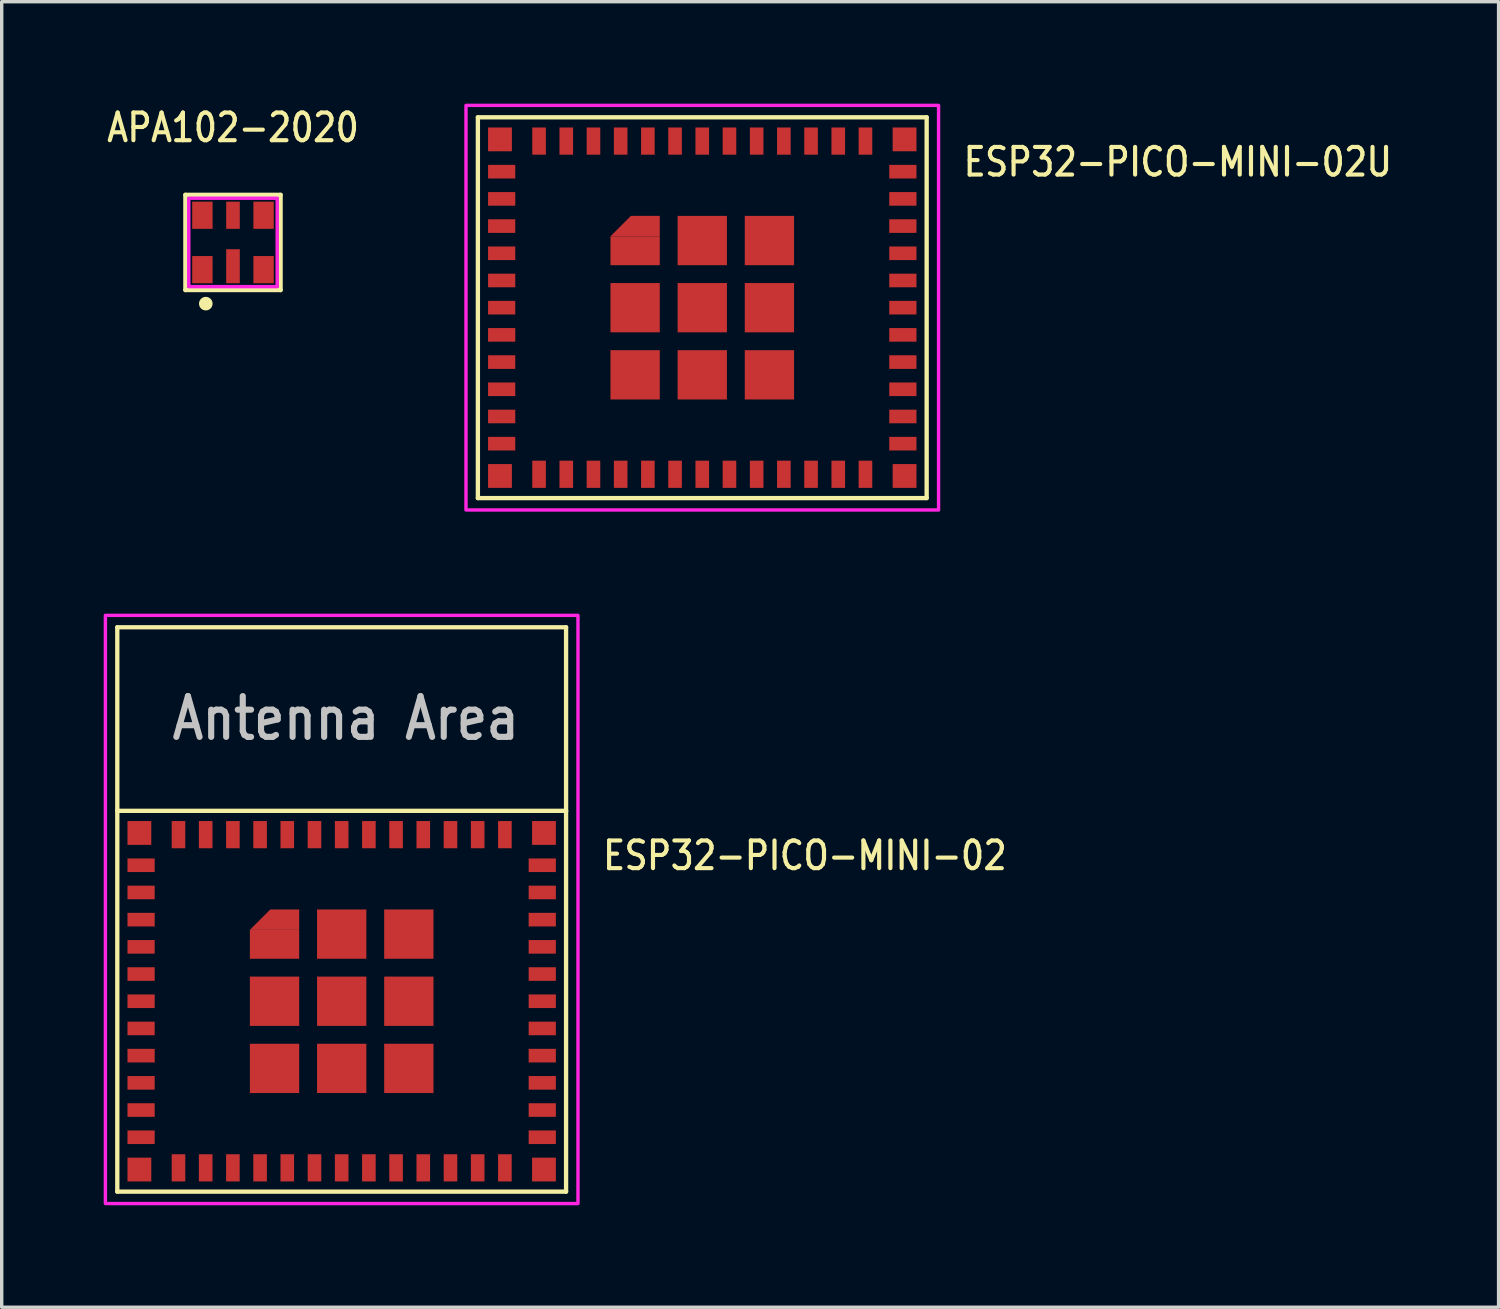
<source format=kicad_pcb>
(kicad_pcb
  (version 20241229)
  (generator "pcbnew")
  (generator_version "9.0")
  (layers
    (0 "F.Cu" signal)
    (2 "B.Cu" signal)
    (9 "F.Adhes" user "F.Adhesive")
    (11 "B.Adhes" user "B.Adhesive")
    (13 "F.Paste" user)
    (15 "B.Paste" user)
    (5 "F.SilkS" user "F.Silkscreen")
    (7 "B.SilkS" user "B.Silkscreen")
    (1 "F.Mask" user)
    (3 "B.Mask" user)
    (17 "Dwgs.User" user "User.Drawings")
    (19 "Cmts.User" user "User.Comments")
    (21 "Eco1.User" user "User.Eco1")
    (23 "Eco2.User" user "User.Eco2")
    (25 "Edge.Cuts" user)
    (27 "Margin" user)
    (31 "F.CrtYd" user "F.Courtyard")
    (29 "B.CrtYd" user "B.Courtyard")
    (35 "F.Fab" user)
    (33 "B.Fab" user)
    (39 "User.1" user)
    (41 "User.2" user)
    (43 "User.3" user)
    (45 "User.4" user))
  (footprint "ESP32-PICO-MINI-02U"
    (layer "F.Cu")
    (at 17.606 6)
    (property "Reference" "ESP32-PICO-MINI-02U" (at 7.62 -3.81 0) (unlocked yes) (layer "F.SilkS") (effects (font (size 0.813 0.695) (thickness 0.122)) (justify left bottom)))
    (fp_poly (pts (xy -2.7 -2.1) (xy -1.25 -2.1) (xy -1.25 -2.7) (xy -2.1 -2.7)) (stroke (width 0) (type solid)) (fill yes) (layer "F.Cu"))
    (fp_poly (pts (xy -2.8 -2.2) (xy -1.15 -2.2) (xy -1.15 -2.8) (xy -2.2 -2.8)) (stroke (width 0) (type solid)) (fill yes) (layer "F.Mask"))
    (fp_line (start -6.6 -5.6) (end -6.6 5.6) (stroke (width 0.127) (type solid)) (layer "F.SilkS"))
    (fp_line (start -6.6 -5.6) (end 6.6 -5.6) (stroke (width 0.127) (type solid)) (layer "F.SilkS"))
    (fp_line (start -6.6 5.6) (end 6.6 5.6) (stroke (width 0.127) (type solid)) (layer "F.SilkS"))
    (fp_line (start 6.6 5.6) (end 6.6 -5.6) (stroke (width 0.127) (type solid)) (layer "F.SilkS"))
    (fp_poly (pts (xy -2.7 -2.1) (xy -1.25 -2.1) (xy -1.25 -2.7) (xy -2.1 -2.7)) (stroke (width 0) (type solid)) (fill yes) (layer "F.Paste"))
    (fp_poly (pts (xy -6.95 -5.95) (xy -6.95 5.95) (xy 6.95 5.95) (xy 6.95 -5.95)) (stroke (width 0.1) (type solid)) (fill no) (layer "F.CrtYd"))
    (pad "1" smd rect (at -5.9 -4) (size 0.8 0.4) (layers "F.Cu" "F.Mask" "F.Paste"))
    (pad "2" smd rect (at -5.9 -3.2) (size 0.8 0.4) (layers "F.Cu" "F.Mask" "F.Paste"))
    (pad "3" smd rect (at -5.9 -2.4) (size 0.8 0.4) (layers "F.Cu" "F.Mask" "F.Paste"))
    (pad "4" smd rect (at -5.9 -1.6) (size 0.8 0.4) (layers "F.Cu" "F.Mask" "F.Paste"))
    (pad "5" smd rect (at -5.9 -0.8) (size 0.8 0.4) (layers "F.Cu" "F.Mask" "F.Paste"))
    (pad "6" smd rect (at -5.9 0) (size 0.8 0.4) (layers "F.Cu" "F.Mask" "F.Paste"))
    (pad "7" smd rect (at -5.9 0.8) (size 0.8 0.4) (layers "F.Cu" "F.Mask" "F.Paste"))
    (pad "8" smd rect (at -5.9 1.6) (size 0.8 0.4) (layers "F.Cu" "F.Mask" "F.Paste"))
    (pad "9" smd rect (at -5.9 2.4) (size 0.8 0.4) (layers "F.Cu" "F.Mask" "F.Paste"))
    (pad "10" smd rect (at -5.9 3.2) (size 0.8 0.4) (layers "F.Cu" "F.Mask" "F.Paste"))
    (pad "11" smd rect (at -5.9 4) (size 0.8 0.4) (layers "F.Cu" "F.Mask" "F.Paste"))
    (pad "12" smd rect (at -4.8 4.9) (size 0.4 0.8) (layers "F.Cu" "F.Mask" "F.Paste"))
    (pad "13" smd rect (at -4 4.9) (size 0.4 0.8) (layers "F.Cu" "F.Mask" "F.Paste"))
    (pad "14" smd rect (at -3.2 4.9) (size 0.4 0.8) (layers "F.Cu" "F.Mask" "F.Paste"))
    (pad "15" smd rect (at -2.4 4.9) (size 0.4 0.8) (layers "F.Cu" "F.Mask" "F.Paste"))
    (pad "16" smd rect (at -1.6 4.9) (size 0.4 0.8) (layers "F.Cu" "F.Mask" "F.Paste"))
    (pad "17" smd rect (at -0.8 4.9) (size 0.4 0.8) (layers "F.Cu" "F.Mask" "F.Paste"))
    (pad "18" smd rect (at 0 4.9) (size 0.4 0.8) (layers "F.Cu" "F.Mask" "F.Paste"))
    (pad "19" smd rect (at 0.8 4.9) (size 0.4 0.8) (layers "F.Cu" "F.Mask" "F.Paste"))
    (pad "20" smd rect (at 1.6 4.9) (size 0.4 0.8) (layers "F.Cu" "F.Mask" "F.Paste"))
    (pad "21" smd rect (at 2.4 4.9) (size 0.4 0.8) (layers "F.Cu" "F.Mask" "F.Paste"))
    (pad "22" smd rect (at 3.2 4.9) (size 0.4 0.8) (layers "F.Cu" "F.Mask" "F.Paste"))
    (pad "23" smd rect (at 4 4.9) (size 0.4 0.8) (layers "F.Cu" "F.Mask" "F.Paste"))
    (pad "24" smd rect (at 4.8 4.9) (size 0.4 0.8) (layers "F.Cu" "F.Mask" "F.Paste"))
    (pad "25" smd rect (at 5.9 4) (size 0.8 0.4) (layers "F.Cu" "F.Mask" "F.Paste"))
    (pad "26" smd rect (at 5.9 3.2) (size 0.8 0.4) (layers "F.Cu" "F.Mask" "F.Paste"))
    (pad "27" smd rect (at 5.9 2.4) (size 0.8 0.4) (layers "F.Cu" "F.Mask" "F.Paste"))
    (pad "28" smd rect (at 5.9 1.6) (size 0.8 0.4) (layers "F.Cu" "F.Mask" "F.Paste"))
    (pad "29" smd rect (at 5.9 0.8) (size 0.8 0.4) (layers "F.Cu" "F.Mask" "F.Paste"))
    (pad "30" smd rect (at 5.9 0) (size 0.8 0.4) (layers "F.Cu" "F.Mask" "F.Paste"))
    (pad "31" smd rect (at 5.9 -0.8) (size 0.8 0.4) (layers "F.Cu" "F.Mask" "F.Paste"))
    (pad "32" smd rect (at 5.9 -1.6) (size 0.8 0.4) (layers "F.Cu" "F.Mask" "F.Paste"))
    (pad "33" smd rect (at 5.9 -2.4) (size 0.8 0.4) (layers "F.Cu" "F.Mask" "F.Paste"))
    (pad "34" smd rect (at 5.9 -3.2) (size 0.8 0.4) (layers "F.Cu" "F.Mask" "F.Paste"))
    (pad "35" smd rect (at 5.9 -4) (size 0.8 0.4) (layers "F.Cu" "F.Mask" "F.Paste"))
    (pad "36" smd rect (at 4.8 -4.9) (size 0.4 0.8) (layers "F.Cu" "F.Mask" "F.Paste"))
    (pad "37" smd rect (at 4 -4.9) (size 0.4 0.8) (layers "F.Cu" "F.Mask" "F.Paste"))
    (pad "38" smd rect (at 3.2 -4.9) (size 0.4 0.8) (layers "F.Cu" "F.Mask" "F.Paste"))
    (pad "39" smd rect (at 2.4 -4.9) (size 0.4 0.8) (layers "F.Cu" "F.Mask" "F.Paste"))
    (pad "40" smd rect (at 1.6 -4.9) (size 0.4 0.8) (layers "F.Cu" "F.Mask" "F.Paste"))
    (pad "41" smd rect (at 0.8 -4.9) (size 0.4 0.8) (layers "F.Cu" "F.Mask" "F.Paste"))
    (pad "42" smd rect (at 0 -4.9) (size 0.4 0.8) (layers "F.Cu" "F.Mask" "F.Paste"))
    (pad "43" smd rect (at -0.8 -4.9) (size 0.4 0.8) (layers "F.Cu" "F.Mask" "F.Paste"))
    (pad "44" smd rect (at -1.6 -4.9) (size 0.4 0.8) (layers "F.Cu" "F.Mask" "F.Paste"))
    (pad "45" smd rect (at -2.4 -4.9) (size 0.4 0.8) (layers "F.Cu" "F.Mask" "F.Paste"))
    (pad "46" smd rect (at -3.2 -4.9) (size 0.4 0.8) (layers "F.Cu" "F.Mask" "F.Paste"))
    (pad "47" smd rect (at -4 -4.9) (size 0.4 0.8) (layers "F.Cu" "F.Mask" "F.Paste"))
    (pad "48" smd rect (at -4.8 -4.9) (size 0.4 0.8) (layers "F.Cu" "F.Mask" "F.Paste"))
    (pad "50" smd rect (at 5.95 -4.95) (size 0.7 0.7) (layers "F.Cu" "F.Mask" "F.Paste"))
    (pad "51" smd rect (at 5.95 4.95) (size 0.7 0.7) (layers "F.Cu" "F.Mask" "F.Paste"))
    (pad "52" smd rect (at -5.95 4.95) (size 0.7 0.7) (layers "F.Cu" "F.Mask" "F.Paste"))
    (pad "53" smd rect (at -5.95 -4.95) (size 0.7 0.7) (layers "F.Cu" "F.Mask" "F.Paste"))
    (pad "P_49_1" smd rect (at -1.975 -1.675) (size 1.45 0.85) (layers "F.Cu" "F.Mask" "F.Paste"))
    (pad "P_49_2" smd rect (at 0 -1.975) (size 1.45 1.45) (layers "F.Cu" "F.Mask" "F.Paste"))
    (pad "P_49_3" smd rect (at 1.975 -1.975) (size 1.45 1.45) (layers "F.Cu" "F.Mask" "F.Paste"))
    (pad "P_49_4" smd rect (at -1.975 0) (size 1.45 1.45) (layers "F.Cu" "F.Mask" "F.Paste"))
    (pad "P_49_5" smd rect (at 0 0) (size 1.45 1.45) (layers "F.Cu" "F.Mask" "F.Paste"))
    (pad "P_49_6" smd rect (at 1.975 0) (size 1.45 1.45) (layers "F.Cu" "F.Mask" "F.Paste"))
    (pad "P_49_7" smd rect (at -1.975 1.975) (size 1.45 1.45) (layers "F.Cu" "F.Mask" "F.Paste"))
    (pad "P_49_8" smd rect (at 0 1.975) (size 1.45 1.45) (layers "F.Cu" "F.Mask" "F.Paste"))
    (pad "P_49_9" smd rect (at 1.975 1.975) (size 1.45 1.45) (layers "F.Cu" "F.Mask" "F.Paste")))
  (footprint "ESP32-PICO-MINI-02"
    (layer "F.Cu")
    (at 7 26.4)
    (property "Reference" "ESP32-PICO-MINI-02" (at 7.62 -3.81 0) (unlocked yes) (layer "F.SilkS") (effects (font (size 0.813 0.695) (thickness 0.122)) (justify left bottom)))
    (fp_poly (pts (xy -2.7 -2.1) (xy -1.25 -2.1) (xy -1.25 -2.7) (xy -2.1 -2.7)) (stroke (width 0) (type solid)) (fill yes) (layer "F.Cu"))
    (fp_poly (pts (xy -6.95 -11.35) (xy -6.95 -5.85) (xy 6.95 -5.85) (xy 6.95 -11.35)) (stroke (width 0) (type solid)) (fill yes) (layer "F.Mask"))
    (fp_poly (pts (xy -6.95 -11.35) (xy -6.95 -5.85) (xy 6.95 -5.85) (xy 6.95 -11.35)) (stroke (width 0) (type solid)) (fill yes) (layer "F.Mask"))
    (fp_poly (pts (xy -2.8 -2.2) (xy -1.15 -2.2) (xy -1.15 -2.8) (xy -2.2 -2.8)) (stroke (width 0) (type solid)) (fill yes) (layer "F.Mask"))
    (fp_poly (pts (xy -6.95 -11.35) (xy -6.95 -5.85) (xy 6.95 -5.85) (xy 6.95 -11.35)) (stroke (width 0) (type solid)) (fill yes) (layer "B.Mask"))
    (fp_line (start -6.6 -11) (end -6.6 -5.6) (stroke (width 0.127) (type solid)) (layer "F.SilkS"))
    (fp_line (start -6.6 -5.6) (end -6.6 5.6) (stroke (width 0.127) (type solid)) (layer "F.SilkS"))
    (fp_line (start -6.6 -5.6) (end 6.6 -5.6) (stroke (width 0.127) (type solid)) (layer "F.SilkS"))
    (fp_line (start -6.6 5.6) (end 6.6 5.6) (stroke (width 0.127) (type solid)) (layer "F.SilkS"))
    (fp_line (start 6.6 -11) (end -6.6 -11) (stroke (width 0.127) (type solid)) (layer "F.SilkS"))
    (fp_line (start 6.6 -5.6) (end 6.6 -11) (stroke (width 0.127) (type solid)) (layer "F.SilkS"))
    (fp_line (start 6.6 5.6) (end 6.6 -5.6) (stroke (width 0.127) (type solid)) (layer "F.SilkS"))
    (fp_poly (pts (xy -2.7 -2.1) (xy -1.25 -2.1) (xy -1.25 -2.7) (xy -2.1 -2.7)) (stroke (width 0) (type solid)) (fill yes) (layer "F.Paste"))
    (fp_poly (pts (xy -6.95 -11.35) (xy -6.95 5.95) (xy 6.95 5.95) (xy 6.95 -11.35)) (stroke (width 0.1) (type solid)) (fill no) (layer "F.CrtYd"))
    (fp_text user "Antenna Area" (at -5.08 -7.62 0) (unlocked yes) (layer "Dwgs.User") (effects (font (size 1.2 1.026) (thickness 0.18)) (justify left bottom)))
    (pad "1" smd rect (at -5.9 -4) (size 0.8 0.4) (layers "F.Cu" "F.Mask" "F.Paste"))
    (pad "2" smd rect (at -5.9 -3.2) (size 0.8 0.4) (layers "F.Cu" "F.Mask" "F.Paste"))
    (pad "3" smd rect (at -5.9 -2.4) (size 0.8 0.4) (layers "F.Cu" "F.Mask" "F.Paste"))
    (pad "4" smd rect (at -5.9 -1.6) (size 0.8 0.4) (layers "F.Cu" "F.Mask" "F.Paste"))
    (pad "5" smd rect (at -5.9 -0.8) (size 0.8 0.4) (layers "F.Cu" "F.Mask" "F.Paste"))
    (pad "6" smd rect (at -5.9 0) (size 0.8 0.4) (layers "F.Cu" "F.Mask" "F.Paste"))
    (pad "7" smd rect (at -5.9 0.8) (size 0.8 0.4) (layers "F.Cu" "F.Mask" "F.Paste"))
    (pad "8" smd rect (at -5.9 1.6) (size 0.8 0.4) (layers "F.Cu" "F.Mask" "F.Paste"))
    (pad "9" smd rect (at -5.9 2.4) (size 0.8 0.4) (layers "F.Cu" "F.Mask" "F.Paste"))
    (pad "10" smd rect (at -5.9 3.2) (size 0.8 0.4) (layers "F.Cu" "F.Mask" "F.Paste"))
    (pad "11" smd rect (at -5.9 4) (size 0.8 0.4) (layers "F.Cu" "F.Mask" "F.Paste"))
    (pad "12" smd rect (at -4.8 4.9) (size 0.4 0.8) (layers "F.Cu" "F.Mask" "F.Paste"))
    (pad "13" smd rect (at -4 4.9) (size 0.4 0.8) (layers "F.Cu" "F.Mask" "F.Paste"))
    (pad "14" smd rect (at -3.2 4.9) (size 0.4 0.8) (layers "F.Cu" "F.Mask" "F.Paste"))
    (pad "15" smd rect (at -2.4 4.9) (size 0.4 0.8) (layers "F.Cu" "F.Mask" "F.Paste"))
    (pad "16" smd rect (at -1.6 4.9) (size 0.4 0.8) (layers "F.Cu" "F.Mask" "F.Paste"))
    (pad "17" smd rect (at -0.8 4.9) (size 0.4 0.8) (layers "F.Cu" "F.Mask" "F.Paste"))
    (pad "18" smd rect (at 0 4.9) (size 0.4 0.8) (layers "F.Cu" "F.Mask" "F.Paste"))
    (pad "19" smd rect (at 0.8 4.9) (size 0.4 0.8) (layers "F.Cu" "F.Mask" "F.Paste"))
    (pad "20" smd rect (at 1.6 4.9) (size 0.4 0.8) (layers "F.Cu" "F.Mask" "F.Paste"))
    (pad "21" smd rect (at 2.4 4.9) (size 0.4 0.8) (layers "F.Cu" "F.Mask" "F.Paste"))
    (pad "22" smd rect (at 3.2 4.9) (size 0.4 0.8) (layers "F.Cu" "F.Mask" "F.Paste"))
    (pad "23" smd rect (at 4 4.9) (size 0.4 0.8) (layers "F.Cu" "F.Mask" "F.Paste"))
    (pad "24" smd rect (at 4.8 4.9) (size 0.4 0.8) (layers "F.Cu" "F.Mask" "F.Paste"))
    (pad "25" smd rect (at 5.9 4) (size 0.8 0.4) (layers "F.Cu" "F.Mask" "F.Paste"))
    (pad "26" smd rect (at 5.9 3.2) (size 0.8 0.4) (layers "F.Cu" "F.Mask" "F.Paste"))
    (pad "27" smd rect (at 5.9 2.4) (size 0.8 0.4) (layers "F.Cu" "F.Mask" "F.Paste"))
    (pad "28" smd rect (at 5.9 1.6) (size 0.8 0.4) (layers "F.Cu" "F.Mask" "F.Paste"))
    (pad "29" smd rect (at 5.9 0.8) (size 0.8 0.4) (layers "F.Cu" "F.Mask" "F.Paste"))
    (pad "30" smd rect (at 5.9 0) (size 0.8 0.4) (layers "F.Cu" "F.Mask" "F.Paste"))
    (pad "31" smd rect (at 5.9 -0.8) (size 0.8 0.4) (layers "F.Cu" "F.Mask" "F.Paste"))
    (pad "32" smd rect (at 5.9 -1.6) (size 0.8 0.4) (layers "F.Cu" "F.Mask" "F.Paste"))
    (pad "33" smd rect (at 5.9 -2.4) (size 0.8 0.4) (layers "F.Cu" "F.Mask" "F.Paste"))
    (pad "34" smd rect (at 5.9 -3.2) (size 0.8 0.4) (layers "F.Cu" "F.Mask" "F.Paste"))
    (pad "35" smd rect (at 5.9 -4) (size 0.8 0.4) (layers "F.Cu" "F.Mask" "F.Paste"))
    (pad "36" smd rect (at 4.8 -4.9) (size 0.4 0.8) (layers "F.Cu" "F.Mask" "F.Paste"))
    (pad "37" smd rect (at 4 -4.9) (size 0.4 0.8) (layers "F.Cu" "F.Mask" "F.Paste"))
    (pad "38" smd rect (at 3.2 -4.9) (size 0.4 0.8) (layers "F.Cu" "F.Mask" "F.Paste"))
    (pad "39" smd rect (at 2.4 -4.9) (size 0.4 0.8) (layers "F.Cu" "F.Mask" "F.Paste"))
    (pad "40" smd rect (at 1.6 -4.9) (size 0.4 0.8) (layers "F.Cu" "F.Mask" "F.Paste"))
    (pad "41" smd rect (at 0.8 -4.9) (size 0.4 0.8) (layers "F.Cu" "F.Mask" "F.Paste"))
    (pad "42" smd rect (at 0 -4.9) (size 0.4 0.8) (layers "F.Cu" "F.Mask" "F.Paste"))
    (pad "43" smd rect (at -0.8 -4.9) (size 0.4 0.8) (layers "F.Cu" "F.Mask" "F.Paste"))
    (pad "44" smd rect (at -1.6 -4.9) (size 0.4 0.8) (layers "F.Cu" "F.Mask" "F.Paste"))
    (pad "45" smd rect (at -2.4 -4.9) (size 0.4 0.8) (layers "F.Cu" "F.Mask" "F.Paste"))
    (pad "46" smd rect (at -3.2 -4.9) (size 0.4 0.8) (layers "F.Cu" "F.Mask" "F.Paste"))
    (pad "47" smd rect (at -4 -4.9) (size 0.4 0.8) (layers "F.Cu" "F.Mask" "F.Paste"))
    (pad "48" smd rect (at -4.8 -4.9) (size 0.4 0.8) (layers "F.Cu" "F.Mask" "F.Paste"))
    (pad "50" smd rect (at 5.95 -4.95) (size 0.7 0.7) (layers "F.Cu" "F.Mask" "F.Paste"))
    (pad "51" smd rect (at 5.95 4.95) (size 0.7 0.7) (layers "F.Cu" "F.Mask" "F.Paste"))
    (pad "52" smd rect (at -5.95 4.95) (size 0.7 0.7) (layers "F.Cu" "F.Mask" "F.Paste"))
    (pad "53" smd rect (at -5.95 -4.95) (size 0.7 0.7) (layers "F.Cu" "F.Mask" "F.Paste"))
    (pad "P_49_1" smd rect (at -1.975 -1.675) (size 1.45 0.85) (layers "F.Cu" "F.Mask" "F.Paste"))
    (pad "P_49_2" smd rect (at 0 -1.975) (size 1.45 1.45) (layers "F.Cu" "F.Mask" "F.Paste"))
    (pad "P_49_3" smd rect (at 1.975 -1.975) (size 1.45 1.45) (layers "F.Cu" "F.Mask" "F.Paste"))
    (pad "P_49_4" smd rect (at -1.975 0) (size 1.45 1.45) (layers "F.Cu" "F.Mask" "F.Paste"))
    (pad "P_49_5" smd rect (at 0 0) (size 1.45 1.45) (layers "F.Cu" "F.Mask" "F.Paste"))
    (pad "P_49_6" smd rect (at 1.975 0) (size 1.45 1.45) (layers "F.Cu" "F.Mask" "F.Paste"))
    (pad "P_49_7" smd rect (at -1.975 1.975) (size 1.45 1.45) (layers "F.Cu" "F.Mask" "F.Paste"))
    (pad "P_49_8" smd rect (at 0 1.975) (size 1.45 1.45) (layers "F.Cu" "F.Mask" "F.Paste"))
    (pad "P_49_9" smd rect (at 1.975 1.975) (size 1.45 1.45) (layers "F.Cu" "F.Mask" "F.Paste")))
  (footprint "APA102-2020"
    (layer "F.Cu")
    (at 3.803 4.081)
    (property "Reference" "APA102-2020" (at 0 -2.902 0) (unlocked yes) (layer "F.SilkS") (effects (font (size 0.813 0.695) (thickness 0.122)) (justify bottom)))
    (fp_line (start -1.4 -1.4) (end 1.4 -1.4) (stroke (width 0.127) (type solid)) (layer "F.SilkS"))
    (fp_line (start -1.4 1.4) (end -1.4 -1.4) (stroke (width 0.127) (type solid)) (layer "F.SilkS"))
    (fp_line (start 1.4 -1.4) (end 1.4 1.4) (stroke (width 0.127) (type solid)) (layer "F.SilkS"))
    (fp_line (start 1.4 1.4) (end -1.4 1.4) (stroke (width 0.127) (type solid)) (layer "F.SilkS"))
    (fp_circle (center -0.8 1.8) (end -0.6 1.8) (stroke (width 0) (type solid)) (fill yes) (layer "F.SilkS"))
    (fp_rect (start -0.95 -0.55) (end -0.65 -1.15) (stroke (width 0.01) (type solid)) (fill yes) (layer "F.Paste"))
    (fp_rect (start -0.95 1.15) (end -0.65 0.55) (stroke (width 0.01) (type solid)) (fill yes) (layer "F.Paste"))
    (fp_rect (start -0.15 -0.55) (end 0.15 -1.15) (stroke (width 0.01) (type solid)) (fill yes) (layer "F.Paste"))
    (fp_rect (start -0.15 1.15) (end 0.15 0.55) (stroke (width 0.01) (type solid)) (fill yes) (layer "F.Paste"))
    (fp_rect (start 0.65 -0.55) (end 0.95 -1.15) (stroke (width 0.01) (type solid)) (fill yes) (layer "F.Paste"))
    (fp_rect (start 0.65 1.15) (end 0.95 0.55) (stroke (width 0.01) (type solid)) (fill yes) (layer "F.Paste"))
    (fp_poly (pts (xy -1.3 -1.3) (xy -1.3 1.3) (xy 1.3 1.3) (xy 1.3 -1.3)) (stroke (width 0.1) (type solid)) (fill no) (layer "F.CrtYd"))
    (pad "CKI" smd rect (at 0.9 -0.8) (size 0.6 0.8) (layers "F.Cu" "F.Mask"))
    (pad "CKO" smd rect (at -0.9 -0.8) (size 0.6 0.8) (layers "F.Cu" "F.Mask"))
    (pad "GND" smd rect (at 0 0.7) (size 0.4 1) (layers "F.Cu" "F.Mask"))
    (pad "SDI" smd rect (at 0.9 0.8) (size 0.6 0.8) (layers "F.Cu" "F.Mask"))
    (pad "SDO" smd rect (at -0.9 0.8) (size 0.6 0.8) (layers "F.Cu" "F.Mask"))
    (pad "VDD" smd rect (at 0 -0.8) (size 0.4 0.8) (layers "F.Cu" "F.Mask")))
  (gr_rect
    (start -3 -3)
    (end 41.028 35.4)
    (stroke (width 0.1) (type default))
    (fill no)
    (layer "Edge.Cuts")))
</source>
